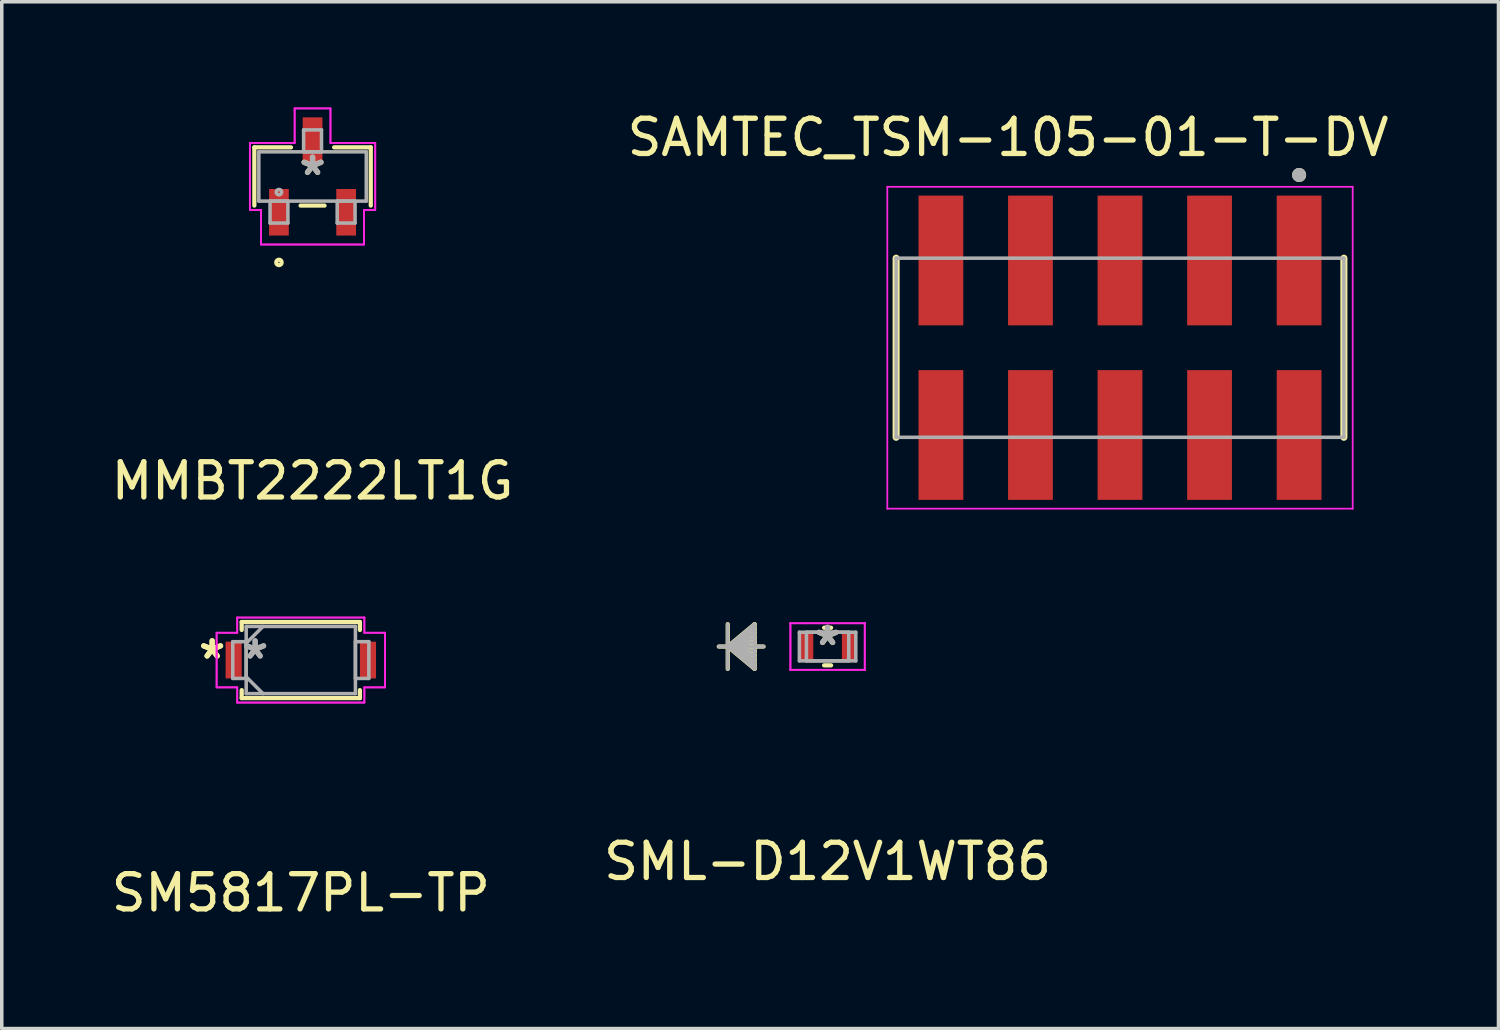
<source format=kicad_pcb>
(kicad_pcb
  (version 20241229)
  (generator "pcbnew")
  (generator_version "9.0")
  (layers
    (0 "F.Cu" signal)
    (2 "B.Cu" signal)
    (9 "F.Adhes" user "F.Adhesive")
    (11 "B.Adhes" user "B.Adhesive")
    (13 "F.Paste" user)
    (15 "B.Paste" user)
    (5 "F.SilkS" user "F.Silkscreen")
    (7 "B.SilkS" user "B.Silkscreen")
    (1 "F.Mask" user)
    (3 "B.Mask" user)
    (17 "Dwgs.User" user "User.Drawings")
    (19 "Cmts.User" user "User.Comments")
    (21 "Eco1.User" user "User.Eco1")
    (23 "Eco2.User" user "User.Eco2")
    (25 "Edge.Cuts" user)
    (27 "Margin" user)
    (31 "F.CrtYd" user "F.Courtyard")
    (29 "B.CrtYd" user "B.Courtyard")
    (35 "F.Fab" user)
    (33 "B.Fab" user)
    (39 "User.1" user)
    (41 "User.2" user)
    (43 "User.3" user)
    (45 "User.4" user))
  (footprint "SML-D12V1WT86"
    (layer "F.Cu")
    (at 20.423 15.288)
    (property "Reference" "SML-D12V1WT86" (at 0 6.096 0) (layer "F.SilkS") (effects (font (size 1 1) (thickness 0.15))))
    (attr through_hole)
    (fp_line (start -2.832 -0.635) (end -2.832 0.635) (stroke (width 0.12) (type solid)) (layer "F.SilkS"))
    (fp_line (start -2.832 0) (end -2.07 -0.635) (stroke (width 0.12) (type solid)) (layer "F.SilkS"))
    (fp_line (start -2.832 0) (end -2.07 -0.508) (stroke (width 0.12) (type solid)) (layer "F.SilkS"))
    (fp_line (start -2.832 0) (end -2.07 -0.381) (stroke (width 0.12) (type solid)) (layer "F.SilkS"))
    (fp_line (start -2.832 0) (end -2.07 -0.254) (stroke (width 0.12) (type solid)) (layer "F.SilkS"))
    (fp_line (start -2.832 0) (end -2.07 -0.127) (stroke (width 0.12) (type solid)) (layer "F.SilkS"))
    (fp_line (start -2.832 0) (end -2.07 0.127) (stroke (width 0.12) (type solid)) (layer "F.SilkS"))
    (fp_line (start -2.832 0) (end -2.07 0.254) (stroke (width 0.12) (type solid)) (layer "F.SilkS"))
    (fp_line (start -2.832 0) (end -2.07 0.381) (stroke (width 0.12) (type solid)) (layer "F.SilkS"))
    (fp_line (start -2.832 0) (end -2.07 0.508) (stroke (width 0.12) (type solid)) (layer "F.SilkS"))
    (fp_line (start -2.832 0) (end -2.07 0.635) (stroke (width 0.12) (type solid)) (layer "F.SilkS"))
    (fp_line (start -2.07 -0.635) (end -2.07 0.635) (stroke (width 0.12) (type solid)) (layer "F.SilkS"))
    (fp_line (start -1.816 0) (end -3.086 0) (stroke (width 0.12) (type solid)) (layer "F.SilkS"))
    (fp_line (start -0.099 0.533) (end 0.099 0.533) (stroke (width 0.12) (type solid)) (layer "F.SilkS"))
    (fp_line (start 0.099 -0.533) (end -0.099 -0.533) (stroke (width 0.12) (type solid)) (layer "F.SilkS"))
    (fp_line (start -1.054 -0.66) (end -1.054 -0.66) (stroke (width 0.05) (type solid)) (layer "F.CrtYd"))
    (fp_line (start -1.054 -0.66) (end -1.054 -0.66) (stroke (width 0.05) (type solid)) (layer "F.CrtYd"))
    (fp_line (start -1.054 -0.66) (end -1.054 -0.66) (stroke (width 0.05) (type solid)) (layer "F.CrtYd"))
    (fp_line (start -1.054 -0.66) (end -1.054 -0.66) (stroke (width 0.05) (type solid)) (layer "F.CrtYd"))
    (fp_line (start -1.054 -0.66) (end 1.054 -0.66) (stroke (width 0.05) (type solid)) (layer "F.CrtYd"))
    (fp_line (start -1.054 -0.66) (end 1.054 -0.66) (stroke (width 0.05) (type solid)) (layer "F.CrtYd"))
    (fp_line (start -1.054 0.66) (end -1.054 -0.66) (stroke (width 0.05) (type solid)) (layer "F.CrtYd"))
    (fp_line (start -1.054 0.66) (end -1.054 -0.66) (stroke (width 0.05) (type solid)) (layer "F.CrtYd"))
    (fp_line (start -1.054 0.66) (end -1.054 0.66) (stroke (width 0.05) (type solid)) (layer "F.CrtYd"))
    (fp_line (start -1.054 0.66) (end -1.054 0.66) (stroke (width 0.05) (type solid)) (layer "F.CrtYd"))
    (fp_line (start -1.054 0.66) (end -1.054 0.66) (stroke (width 0.05) (type solid)) (layer "F.CrtYd"))
    (fp_line (start -1.054 0.66) (end -1.054 0.66) (stroke (width 0.05) (type solid)) (layer "F.CrtYd"))
    (fp_line (start 1.054 -0.66) (end 1.054 -0.66) (stroke (width 0.05) (type solid)) (layer "F.CrtYd"))
    (fp_line (start 1.054 -0.66) (end 1.054 -0.66) (stroke (width 0.05) (type solid)) (layer "F.CrtYd"))
    (fp_line (start 1.054 -0.66) (end 1.054 -0.66) (stroke (width 0.05) (type solid)) (layer "F.CrtYd"))
    (fp_line (start 1.054 -0.66) (end 1.054 -0.66) (stroke (width 0.05) (type solid)) (layer "F.CrtYd"))
    (fp_line (start 1.054 -0.66) (end 1.054 0.66) (stroke (width 0.05) (type solid)) (layer "F.CrtYd"))
    (fp_line (start 1.054 -0.66) (end 1.054 0.66) (stroke (width 0.05) (type solid)) (layer "F.CrtYd"))
    (fp_line (start 1.054 0.66) (end -1.054 0.66) (stroke (width 0.05) (type solid)) (layer "F.CrtYd"))
    (fp_line (start 1.054 0.66) (end -1.054 0.66) (stroke (width 0.05) (type solid)) (layer "F.CrtYd"))
    (fp_line (start 1.054 0.66) (end 1.054 0.66) (stroke (width 0.05) (type solid)) (layer "F.CrtYd"))
    (fp_line (start 1.054 0.66) (end 1.054 0.66) (stroke (width 0.05) (type solid)) (layer "F.CrtYd"))
    (fp_line (start 1.054 0.66) (end 1.054 0.66) (stroke (width 0.05) (type solid)) (layer "F.CrtYd"))
    (fp_line (start 1.054 0.66) (end 1.054 0.66) (stroke (width 0.05) (type solid)) (layer "F.CrtYd"))
    (fp_line (start -2.832 -0.635) (end -2.832 0.635) (stroke (width 0.1) (type solid)) (layer "F.Fab"))
    (fp_line (start -2.832 0) (end -2.07 -0.635) (stroke (width 0.1) (type solid)) (layer "F.Fab"))
    (fp_line (start -2.832 0) (end -2.07 -0.508) (stroke (width 0.1) (type solid)) (layer "F.Fab"))
    (fp_line (start -2.832 0) (end -2.07 -0.381) (stroke (width 0.1) (type solid)) (layer "F.Fab"))
    (fp_line (start -2.832 0) (end -2.07 -0.254) (stroke (width 0.1) (type solid)) (layer "F.Fab"))
    (fp_line (start -2.832 0) (end -2.07 -0.127) (stroke (width 0.1) (type solid)) (layer "F.Fab"))
    (fp_line (start -2.832 0) (end -2.07 0.127) (stroke (width 0.1) (type solid)) (layer "F.Fab"))
    (fp_line (start -2.832 0) (end -2.07 0.254) (stroke (width 0.1) (type solid)) (layer "F.Fab"))
    (fp_line (start -2.832 0) (end -2.07 0.381) (stroke (width 0.1) (type solid)) (layer "F.Fab"))
    (fp_line (start -2.832 0) (end -2.07 0.508) (stroke (width 0.1) (type solid)) (layer "F.Fab"))
    (fp_line (start -2.832 0) (end -2.07 0.635) (stroke (width 0.1) (type solid)) (layer "F.Fab"))
    (fp_line (start -2.07 -0.635) (end -2.07 0.635) (stroke (width 0.1) (type solid)) (layer "F.Fab"))
    (fp_line (start -1.816 0) (end -3.086 0) (stroke (width 0.1) (type solid)) (layer "F.Fab"))
    (fp_line (start -0.8 -0.406) (end -0.8 0.406) (stroke (width 0.1) (type solid)) (layer "F.Fab"))
    (fp_line (start -0.8 0.406) (end 0.8 0.406) (stroke (width 0.1) (type solid)) (layer "F.Fab"))
    (fp_line (start -0.6 -0.406) (end -0.6 0.406) (stroke (width 0.1) (type solid)) (layer "F.Fab"))
    (fp_line (start -0.6 0.406) (end 0.6 0.406) (stroke (width 0.1) (type solid)) (layer "F.Fab"))
    (fp_line (start 0.6 -0.406) (end -0.6 -0.406) (stroke (width 0.1) (type solid)) (layer "F.Fab"))
    (fp_line (start 0.6 0.406) (end 0.6 -0.406) (stroke (width 0.1) (type solid)) (layer "F.Fab"))
    (fp_line (start 0.8 -0.406) (end -0.8 -0.406) (stroke (width 0.1) (type solid)) (layer "F.Fab"))
    (fp_line (start 0.8 0.406) (end 0.8 -0.406) (stroke (width 0.1) (type solid)) (layer "F.Fab"))
    (fp_text user "*" (at 0 0 0) (layer "F.SilkS") (effects (font (size 1 1) (thickness 0.15))))
    (fp_text user "*" (at 0 0 0) (layer "F.Fab") (effects (font (size 1 1) (thickness 0.15))))
    (pad "1" smd rect (at -0.603 0) (size 0.394 0.813) (layers "F.Cu" "F.Mask" "F.Paste"))
    (pad "2" smd rect (at 0.603 0) (size 0.394 0.813) (layers "F.Cu" "F.Mask" "F.Paste")))
  (footprint "SAMTEC_TSM-105-01-T-DV"
    (layer "F.Cu")
    (at 28.717 6.813)
    (property "Reference" "SAMTEC_TSM-105-01-T-DV" (at -3.175 -5.965 0) (layer "F.SilkS") (effects (font (size 1 1) (thickness 0.15))))
    (attr through_hole)
    (fp_line (start -6.35 2.54) (end -6.35 -2.54) (stroke (width 0.2) (type solid)) (layer "F.SilkS"))
    (fp_line (start 6.35 -2.54) (end 6.35 2.54) (stroke (width 0.2) (type solid)) (layer "F.SilkS"))
    (fp_circle (center 5.08 -4.9) (end 5.18 -4.9) (stroke (width 0.2) (type solid)) (fill no) (layer "F.SilkS"))
    (fp_line (start -6.6 -4.565) (end 6.6 -4.565) (stroke (width 0.05) (type solid)) (layer "F.CrtYd"))
    (fp_line (start -6.6 4.565) (end -6.6 -4.565) (stroke (width 0.05) (type solid)) (layer "F.CrtYd"))
    (fp_line (start 6.6 -4.565) (end 6.6 4.565) (stroke (width 0.05) (type solid)) (layer "F.CrtYd"))
    (fp_line (start 6.6 4.565) (end -6.6 4.565) (stroke (width 0.05) (type solid)) (layer "F.CrtYd"))
    (fp_line (start -6.35 -2.54) (end 6.35 -2.54) (stroke (width 0.1) (type solid)) (layer "F.Fab"))
    (fp_line (start -6.35 2.54) (end -6.35 -2.54) (stroke (width 0.1) (type solid)) (layer "F.Fab"))
    (fp_line (start 6.35 -2.54) (end 6.35 2.54) (stroke (width 0.1) (type solid)) (layer "F.Fab"))
    (fp_line (start 6.35 2.54) (end -6.35 2.54) (stroke (width 0.1) (type solid)) (layer "F.Fab"))
    (fp_circle (center 5.08 -4.9) (end 5.18 -4.9) (stroke (width 0.2) (type solid)) (fill no) (layer "F.Fab"))
    (pad "01" smd rect (at 5.08 -2.475) (size 1.27 3.68) (layers "F.Cu" "F.Mask" "F.Paste"))
    (pad "02" smd rect (at 5.08 2.475) (size 1.27 3.68) (layers "F.Cu" "F.Mask" "F.Paste"))
    (pad "03" smd rect (at 2.54 -2.475) (size 1.27 3.68) (layers "F.Cu" "F.Mask" "F.Paste"))
    (pad "04" smd rect (at 2.54 2.475) (size 1.27 3.68) (layers "F.Cu" "F.Mask" "F.Paste"))
    (pad "05" smd rect (at 0 -2.475) (size 1.27 3.68) (layers "F.Cu" "F.Mask" "F.Paste"))
    (pad "06" smd rect (at 0 2.475) (size 1.27 3.68) (layers "F.Cu" "F.Mask" "F.Paste"))
    (pad "07" smd rect (at -2.54 -2.475) (size 1.27 3.68) (layers "F.Cu" "F.Mask" "F.Paste"))
    (pad "08" smd rect (at -2.54 2.475) (size 1.27 3.68) (layers "F.Cu" "F.Mask" "F.Paste"))
    (pad "09" smd rect (at -5.08 -2.475) (size 1.27 3.68) (layers "F.Cu" "F.Mask" "F.Paste"))
    (pad "10" smd rect (at -5.08 2.475) (size 1.27 3.68) (layers "F.Cu" "F.Mask" "F.Paste")))
  (footprint "SM5817PL-TP"
    (layer "F.Cu")
    (at 5.482 15.671)
    (property "Reference" "SM5817PL-TP" (at 0 6.604 0) (layer "F.SilkS") (effects (font (size 1 1) (thickness 0.15))))
    (attr through_hole)
    (fp_line (start -1.676 -1.079) (end -1.676 -0.853) (stroke (width 0.12) (type solid)) (layer "F.SilkS"))
    (fp_line (start -1.676 0.853) (end -1.676 1.079) (stroke (width 0.12) (type solid)) (layer "F.SilkS"))
    (fp_line (start -1.676 1.079) (end 1.676 1.079) (stroke (width 0.12) (type solid)) (layer "F.SilkS"))
    (fp_line (start 1.676 -1.079) (end -1.676 -1.079) (stroke (width 0.12) (type solid)) (layer "F.SilkS"))
    (fp_line (start 1.676 -0.853) (end 1.676 -1.079) (stroke (width 0.12) (type solid)) (layer "F.SilkS"))
    (fp_line (start 1.676 1.079) (end 1.676 0.853) (stroke (width 0.12) (type solid)) (layer "F.SilkS"))
    (fp_line (start -2.388 -0.775) (end -1.803 -0.775) (stroke (width 0.05) (type solid)) (layer "F.CrtYd"))
    (fp_line (start -2.388 -0.775) (end -1.803 -0.775) (stroke (width 0.05) (type solid)) (layer "F.CrtYd"))
    (fp_line (start -2.388 0.775) (end -2.388 -0.775) (stroke (width 0.05) (type solid)) (layer "F.CrtYd"))
    (fp_line (start -2.388 0.775) (end -2.388 -0.775) (stroke (width 0.05) (type solid)) (layer "F.CrtYd"))
    (fp_line (start -1.803 -1.206) (end 1.803 -1.206) (stroke (width 0.05) (type solid)) (layer "F.CrtYd"))
    (fp_line (start -1.803 -1.206) (end 1.803 -1.206) (stroke (width 0.05) (type solid)) (layer "F.CrtYd"))
    (fp_line (start -1.803 -0.775) (end -1.803 -1.206) (stroke (width 0.05) (type solid)) (layer "F.CrtYd"))
    (fp_line (start -1.803 -0.775) (end -1.803 -1.206) (stroke (width 0.05) (type solid)) (layer "F.CrtYd"))
    (fp_line (start -1.803 0.775) (end -2.388 0.775) (stroke (width 0.05) (type solid)) (layer "F.CrtYd"))
    (fp_line (start -1.803 0.775) (end -2.388 0.775) (stroke (width 0.05) (type solid)) (layer "F.CrtYd"))
    (fp_line (start -1.803 1.206) (end -1.803 0.775) (stroke (width 0.05) (type solid)) (layer "F.CrtYd"))
    (fp_line (start -1.803 1.206) (end -1.803 0.775) (stroke (width 0.05) (type solid)) (layer "F.CrtYd"))
    (fp_line (start 1.803 -1.206) (end 1.803 -0.775) (stroke (width 0.05) (type solid)) (layer "F.CrtYd"))
    (fp_line (start 1.803 -1.206) (end 1.803 -0.775) (stroke (width 0.05) (type solid)) (layer "F.CrtYd"))
    (fp_line (start 1.803 -0.775) (end 2.388 -0.775) (stroke (width 0.05) (type solid)) (layer "F.CrtYd"))
    (fp_line (start 1.803 -0.775) (end 2.388 -0.775) (stroke (width 0.05) (type solid)) (layer "F.CrtYd"))
    (fp_line (start 1.803 0.775) (end 1.803 1.206) (stroke (width 0.05) (type solid)) (layer "F.CrtYd"))
    (fp_line (start 1.803 0.775) (end 1.803 1.206) (stroke (width 0.05) (type solid)) (layer "F.CrtYd"))
    (fp_line (start 1.803 1.206) (end -1.803 1.206) (stroke (width 0.05) (type solid)) (layer "F.CrtYd"))
    (fp_line (start 1.803 1.206) (end -1.803 1.206) (stroke (width 0.05) (type solid)) (layer "F.CrtYd"))
    (fp_line (start 2.388 -0.775) (end 2.388 0.775) (stroke (width 0.05) (type solid)) (layer "F.CrtYd"))
    (fp_line (start 2.388 -0.775) (end 2.388 0.775) (stroke (width 0.05) (type solid)) (layer "F.CrtYd"))
    (fp_line (start 2.388 0.775) (end 1.803 0.775) (stroke (width 0.05) (type solid)) (layer "F.CrtYd"))
    (fp_line (start 2.388 0.775) (end 1.803 0.775) (stroke (width 0.05) (type solid)) (layer "F.CrtYd"))
    (fp_line (start -1.93 -0.521) (end -1.93 0.521) (stroke (width 0.1) (type solid)) (layer "F.Fab"))
    (fp_line (start -1.93 0.521) (end -1.549 0.521) (stroke (width 0.1) (type solid)) (layer "F.Fab"))
    (fp_line (start -1.549 -0.953) (end -1.549 0.953) (stroke (width 0.1) (type solid)) (layer "F.Fab"))
    (fp_line (start -1.549 -0.521) (end -1.93 -0.521) (stroke (width 0.1) (type solid)) (layer "F.Fab"))
    (fp_line (start -1.549 -0.476) (end -1.073 -0.953) (stroke (width 0.1) (type solid)) (layer "F.Fab"))
    (fp_line (start -1.549 0.476) (end -1.073 0.953) (stroke (width 0.1) (type solid)) (layer "F.Fab"))
    (fp_line (start -1.549 0.521) (end -1.549 -0.521) (stroke (width 0.1) (type solid)) (layer "F.Fab"))
    (fp_line (start -1.549 0.953) (end 1.549 0.953) (stroke (width 0.1) (type solid)) (layer "F.Fab"))
    (fp_line (start 1.549 -0.953) (end -1.549 -0.953) (stroke (width 0.1) (type solid)) (layer "F.Fab"))
    (fp_line (start 1.549 -0.521) (end 1.549 0.521) (stroke (width 0.1) (type solid)) (layer "F.Fab"))
    (fp_line (start 1.549 0.521) (end 1.93 0.521) (stroke (width 0.1) (type solid)) (layer "F.Fab"))
    (fp_line (start 1.549 0.953) (end 1.549 -0.953) (stroke (width 0.1) (type solid)) (layer "F.Fab"))
    (fp_line (start 1.93 -0.521) (end 1.549 -0.521) (stroke (width 0.1) (type solid)) (layer "F.Fab"))
    (fp_line (start 1.93 0.521) (end 1.93 -0.521) (stroke (width 0.1) (type solid)) (layer "F.Fab"))
    (fp_text user "*" (at -2.515 0 0) (layer "F.SilkS") (effects (font (size 1 1) (thickness 0.15))))
    (fp_text user "*" (at -2.515 0 0) (layer "F.SilkS") (effects (font (size 1 1) (thickness 0.15))))
    (fp_text user "*" (at -1.295 0 0) (layer "F.Fab") (effects (font (size 1 1) (thickness 0.15))))
    (fp_text user "*" (at -1.295 0 0) (layer "F.Fab") (effects (font (size 1 1) (thickness 0.15))))
    (pad "1" smd rect (at -1.905 0) (size 0.457 1.041) (layers "F.Cu" "F.Mask" "F.Paste"))
    (pad "2" smd rect (at 1.905 0) (size 0.457 1.041) (layers "F.Cu" "F.Mask" "F.Paste")))
  (footprint "MMBT2222LT1G"
    (layer "F.Cu")
    (at 5.815 1.955)
    (property "Reference" "MMBT2222LT1G" (at 0 8.636 0) (layer "F.SilkS") (effects (font (size 1 1) (thickness 0.15))))
    (attr through_hole)
    (fp_line (start -1.651 -0.826) (end -1.651 0.826) (stroke (width 0.12) (type solid)) (layer "F.SilkS"))
    (fp_line (start -0.612 -0.826) (end -1.651 -0.826) (stroke (width 0.12) (type solid)) (layer "F.SilkS"))
    (fp_line (start -0.34 0.826) (end 0.34 0.826) (stroke (width 0.12) (type solid)) (layer "F.SilkS"))
    (fp_line (start 1.651 -0.826) (end 0.612 -0.826) (stroke (width 0.12) (type solid)) (layer "F.SilkS"))
    (fp_line (start 1.651 0.826) (end 1.651 -0.826) (stroke (width 0.12) (type solid)) (layer "F.SilkS"))
    (fp_circle (center -0.953 2.438) (end -0.876 2.438) (stroke (width 0.12) (type solid)) (fill no) (layer "F.SilkS"))
    (fp_line (start -1.778 -0.953) (end -0.508 -0.953) (stroke (width 0.05) (type solid)) (layer "F.CrtYd"))
    (fp_line (start -1.778 -0.953) (end -0.508 -0.953) (stroke (width 0.05) (type solid)) (layer "F.CrtYd"))
    (fp_line (start -1.778 0.953) (end -1.778 -0.953) (stroke (width 0.05) (type solid)) (layer "F.CrtYd"))
    (fp_line (start -1.778 0.953) (end -1.778 -0.953) (stroke (width 0.05) (type solid)) (layer "F.CrtYd"))
    (fp_line (start -1.778 0.953) (end -1.46 0.953) (stroke (width 0.05) (type solid)) (layer "F.CrtYd"))
    (fp_line (start -1.46 0.953) (end -1.778 0.953) (stroke (width 0.05) (type solid)) (layer "F.CrtYd"))
    (fp_line (start -1.46 0.953) (end -1.46 1.93) (stroke (width 0.05) (type solid)) (layer "F.CrtYd"))
    (fp_line (start -1.46 1.93) (end -1.46 0.953) (stroke (width 0.05) (type solid)) (layer "F.CrtYd"))
    (fp_line (start -1.46 1.93) (end 1.46 1.93) (stroke (width 0.05) (type solid)) (layer "F.CrtYd"))
    (fp_line (start -0.508 -1.93) (end 0.508 -1.93) (stroke (width 0.05) (type solid)) (layer "F.CrtYd"))
    (fp_line (start -0.508 -1.93) (end 0.508 -1.93) (stroke (width 0.05) (type solid)) (layer "F.CrtYd"))
    (fp_line (start -0.508 -0.953) (end -0.508 -1.93) (stroke (width 0.05) (type solid)) (layer "F.CrtYd"))
    (fp_line (start -0.508 -0.953) (end -0.508 -1.93) (stroke (width 0.05) (type solid)) (layer "F.CrtYd"))
    (fp_line (start 0.508 -1.93) (end 0.508 -0.953) (stroke (width 0.05) (type solid)) (layer "F.CrtYd"))
    (fp_line (start 0.508 -0.953) (end 0.508 -1.93) (stroke (width 0.05) (type solid)) (layer "F.CrtYd"))
    (fp_line (start 0.508 -0.953) (end 1.778 -0.953) (stroke (width 0.05) (type solid)) (layer "F.CrtYd"))
    (fp_line (start 1.46 0.953) (end 1.46 1.93) (stroke (width 0.05) (type solid)) (layer "F.CrtYd"))
    (fp_line (start 1.46 0.953) (end 1.46 1.93) (stroke (width 0.05) (type solid)) (layer "F.CrtYd"))
    (fp_line (start 1.46 1.93) (end -1.46 1.93) (stroke (width 0.05) (type solid)) (layer "F.CrtYd"))
    (fp_line (start 1.778 -0.953) (end 0.508 -0.953) (stroke (width 0.05) (type solid)) (layer "F.CrtYd"))
    (fp_line (start 1.778 -0.953) (end 1.778 0.953) (stroke (width 0.05) (type solid)) (layer "F.CrtYd"))
    (fp_line (start 1.778 -0.953) (end 1.778 0.953) (stroke (width 0.05) (type solid)) (layer "F.CrtYd"))
    (fp_line (start 1.778 0.953) (end 1.46 0.953) (stroke (width 0.05) (type solid)) (layer "F.CrtYd"))
    (fp_line (start 1.778 0.953) (end 1.46 0.953) (stroke (width 0.05) (type solid)) (layer "F.CrtYd"))
    (fp_line (start -1.524 -0.699) (end -1.524 0.699) (stroke (width 0.1) (type solid)) (layer "F.Fab"))
    (fp_line (start -1.524 0.699) (end 1.524 0.699) (stroke (width 0.1) (type solid)) (layer "F.Fab"))
    (fp_line (start -1.206 0.699) (end -1.206 1.321) (stroke (width 0.1) (type solid)) (layer "F.Fab"))
    (fp_line (start -1.206 1.321) (end -0.699 1.321) (stroke (width 0.1) (type solid)) (layer "F.Fab"))
    (fp_line (start -0.699 0.699) (end -1.206 0.699) (stroke (width 0.1) (type solid)) (layer "F.Fab"))
    (fp_line (start -0.699 1.321) (end -0.699 0.699) (stroke (width 0.1) (type solid)) (layer "F.Fab"))
    (fp_line (start -0.254 -1.321) (end -0.254 -0.699) (stroke (width 0.1) (type solid)) (layer "F.Fab"))
    (fp_line (start -0.254 -0.699) (end 0.254 -0.699) (stroke (width 0.1) (type solid)) (layer "F.Fab"))
    (fp_line (start 0.254 -1.321) (end -0.254 -1.321) (stroke (width 0.1) (type solid)) (layer "F.Fab"))
    (fp_line (start 0.254 -0.699) (end 0.254 -1.321) (stroke (width 0.1) (type solid)) (layer "F.Fab"))
    (fp_line (start 0.699 0.699) (end 0.699 1.321) (stroke (width 0.1) (type solid)) (layer "F.Fab"))
    (fp_line (start 0.699 1.321) (end 1.206 1.321) (stroke (width 0.1) (type solid)) (layer "F.Fab"))
    (fp_line (start 1.206 0.699) (end 0.699 0.699) (stroke (width 0.1) (type solid)) (layer "F.Fab"))
    (fp_line (start 1.206 1.321) (end 1.206 0.699) (stroke (width 0.1) (type solid)) (layer "F.Fab"))
    (fp_line (start 1.524 -0.699) (end -1.524 -0.699) (stroke (width 0.1) (type solid)) (layer "F.Fab"))
    (fp_line (start 1.524 0.699) (end 1.524 -0.699) (stroke (width 0.1) (type solid)) (layer "F.Fab"))
    (fp_circle (center -0.953 0.445) (end -0.876 0.445) (stroke (width 0.1) (type solid)) (fill no) (layer "F.Fab"))
    (fp_text user "*" (at 0 0 0) (layer "F.SilkS") (effects (font (size 1 1) (thickness 0.15))))
    (fp_text user "*" (at 0 0 0) (layer "F.Fab") (effects (font (size 1 1) (thickness 0.15))))
    (pad "1" smd rect (at -0.953 1.016) (size 0.559 1.321) (layers "F.Cu" "F.Mask" "F.Paste"))
    (pad "2" smd rect (at 0.953 1.016) (size 0.559 1.321) (layers "F.Cu" "F.Mask" "F.Paste"))
    (pad "3" smd rect (at 0 -1.016) (size 0.559 1.321) (layers "F.Cu" "F.Mask" "F.Paste")))
  (gr_rect
    (start -3 -3)
    (end 39.452 26.123)
    (stroke (width 0.1) (type default))
    (fill no)
    (layer "Edge.Cuts")))
</source>
